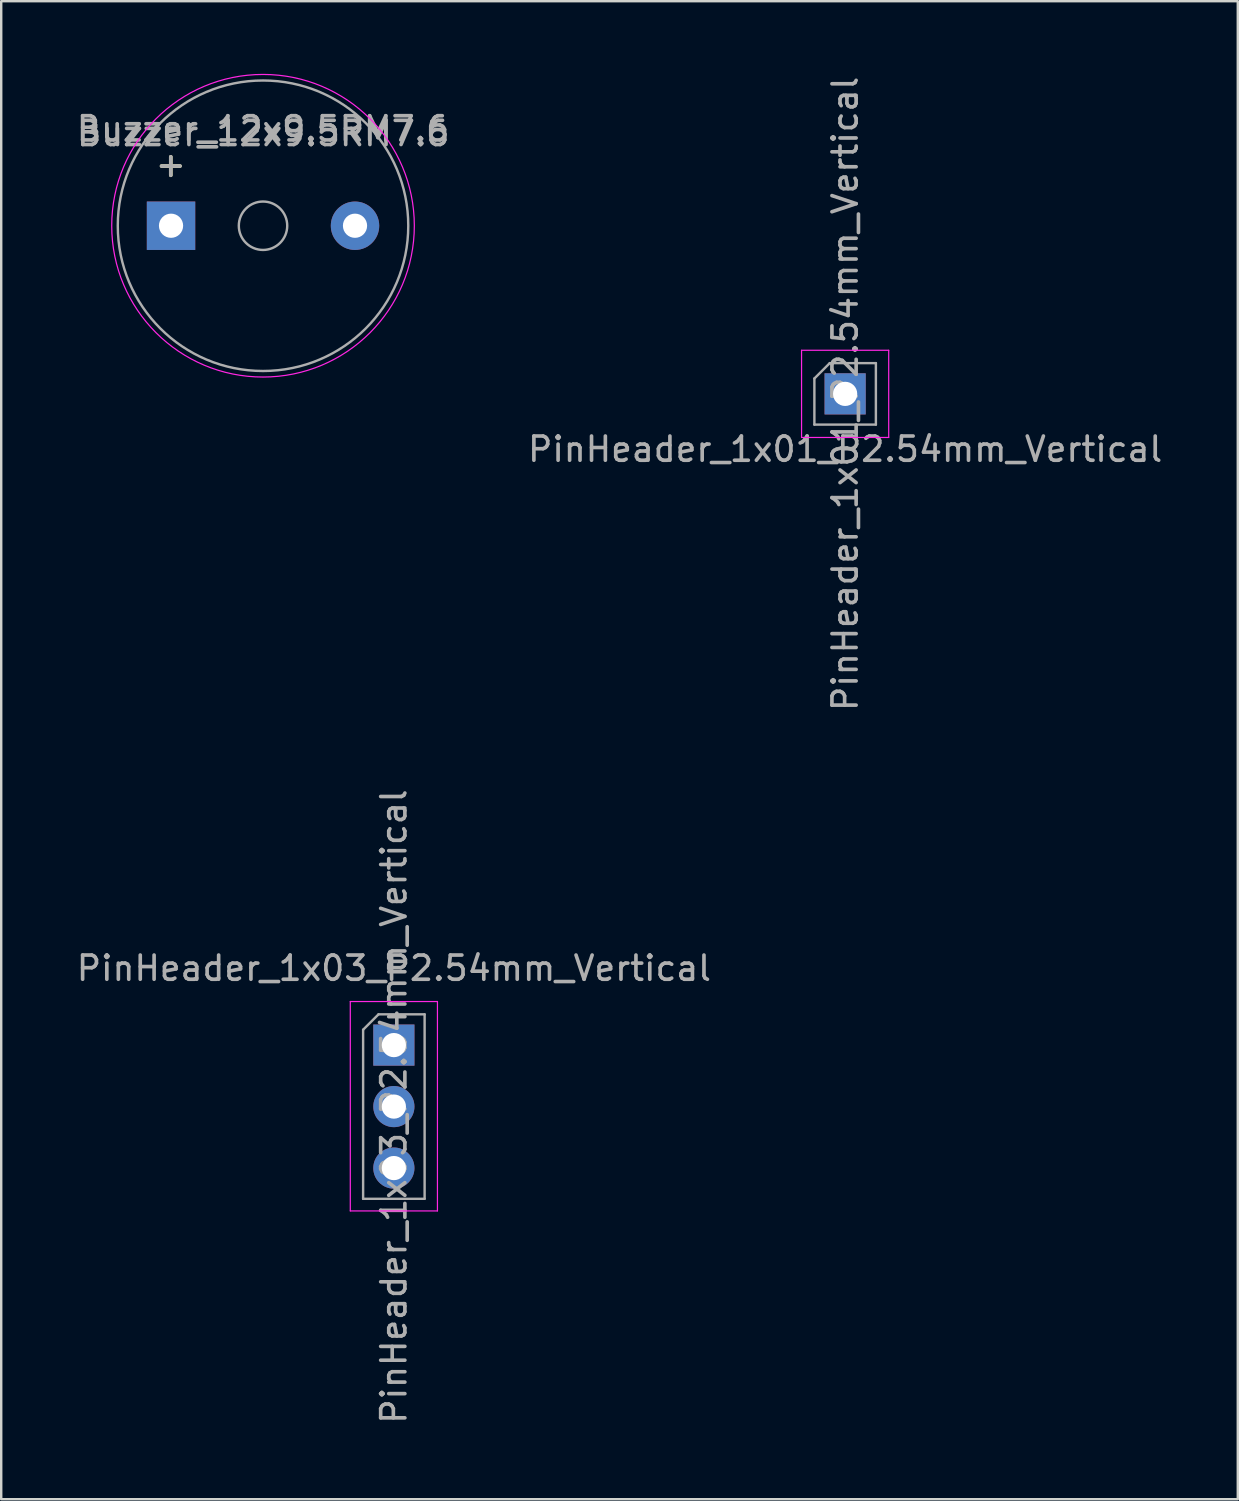
<source format=kicad_pcb>
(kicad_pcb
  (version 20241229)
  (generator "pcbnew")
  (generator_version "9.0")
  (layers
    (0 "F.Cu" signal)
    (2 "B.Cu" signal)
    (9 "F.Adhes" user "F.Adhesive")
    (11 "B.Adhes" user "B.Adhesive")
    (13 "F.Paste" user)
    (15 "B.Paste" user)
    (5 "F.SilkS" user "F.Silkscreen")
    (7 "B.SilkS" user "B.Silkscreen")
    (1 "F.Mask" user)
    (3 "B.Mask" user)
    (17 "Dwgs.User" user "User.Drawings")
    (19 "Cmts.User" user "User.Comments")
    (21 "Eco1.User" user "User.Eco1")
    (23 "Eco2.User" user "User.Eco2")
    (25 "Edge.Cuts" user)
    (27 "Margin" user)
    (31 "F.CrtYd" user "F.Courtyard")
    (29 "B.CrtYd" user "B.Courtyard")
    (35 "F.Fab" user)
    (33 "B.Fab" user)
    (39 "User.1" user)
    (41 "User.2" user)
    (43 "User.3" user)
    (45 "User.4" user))
  (footprint "PinHeader_1x01_P2.54mm_Vertical"
    (layer "F.Cu")
    (at 31.861 13.22)
    (property "Reference" "PinHeader_1x01_P2.54mm_Vertical" (at 0 2.286 0) (layer "F.Fab") (effects (font (size 1 1) (thickness 0.15))))
    (attr through_hole)
    (fp_line (start -1.8 -1.8) (end -1.8 1.8) (stroke (width 0.05) (type solid)) (layer "F.CrtYd"))
    (fp_line (start -1.8 1.8) (end 1.8 1.8) (stroke (width 0.05) (type solid)) (layer "F.CrtYd"))
    (fp_line (start 1.8 -1.8) (end -1.8 -1.8) (stroke (width 0.05) (type solid)) (layer "F.CrtYd"))
    (fp_line (start 1.8 1.8) (end 1.8 -1.8) (stroke (width 0.05) (type solid)) (layer "F.CrtYd"))
    (fp_line (start -1.27 -0.635) (end -0.635 -1.27) (stroke (width 0.1) (type solid)) (layer "F.Fab"))
    (fp_line (start -1.27 1.27) (end -1.27 -0.635) (stroke (width 0.1) (type solid)) (layer "F.Fab"))
    (fp_line (start -0.635 -1.27) (end 1.27 -1.27) (stroke (width 0.1) (type solid)) (layer "F.Fab"))
    (fp_line (start 1.27 -1.27) (end 1.27 1.27) (stroke (width 0.1) (type solid)) (layer "F.Fab"))
    (fp_line (start 1.27 1.27) (end -1.27 1.27) (stroke (width 0.1) (type solid)) (layer "F.Fab"))
    (fp_text user "${REFERENCE}" (at 0 0 90) (layer "F.Fab") (effects (font (size 1 1) (thickness 0.15))))
    (pad "1" thru_hole rect (at 0 0) (size 1.7 1.7) (drill 1) (layers "*.Cu" "*.Mask")))
  (footprint "PinHeader_1x03_P2.54mm_Vertical"
    (layer "F.Cu")
    (at 13.22 40.121)
    (property "Reference" "PinHeader_1x03_P2.54mm_Vertical" (at 0 -3.175 0) (layer "F.Fab") (effects (font (size 1 1) (thickness 0.15))))
    (attr through_hole)
    (fp_line (start -1.8 -1.8) (end -1.8 6.85) (stroke (width 0.05) (type solid)) (layer "F.CrtYd"))
    (fp_line (start -1.8 6.85) (end 1.8 6.85) (stroke (width 0.05) (type solid)) (layer "F.CrtYd"))
    (fp_line (start 1.8 -1.8) (end -1.8 -1.8) (stroke (width 0.05) (type solid)) (layer "F.CrtYd"))
    (fp_line (start 1.8 6.85) (end 1.8 -1.8) (stroke (width 0.05) (type solid)) (layer "F.CrtYd"))
    (fp_line (start -1.27 -0.635) (end -0.635 -1.27) (stroke (width 0.1) (type solid)) (layer "F.Fab"))
    (fp_line (start -1.27 6.35) (end -1.27 -0.635) (stroke (width 0.1) (type solid)) (layer "F.Fab"))
    (fp_line (start -0.635 -1.27) (end 1.27 -1.27) (stroke (width 0.1) (type solid)) (layer "F.Fab"))
    (fp_line (start 1.27 -1.27) (end 1.27 6.35) (stroke (width 0.1) (type solid)) (layer "F.Fab"))
    (fp_line (start 1.27 6.35) (end -1.27 6.35) (stroke (width 0.1) (type solid)) (layer "F.Fab"))
    (fp_text user "${REFERENCE}" (at 0 2.54 90) (layer "F.Fab") (effects (font (size 1 1) (thickness 0.15))))
    (pad "1" thru_hole rect (at 0 0) (size 1.7 1.7) (drill 1) (layers "*.Cu" "*.Mask"))
    (pad "2" thru_hole oval (at 0 2.54) (size 1.7 1.7) (drill 1) (layers "*.Cu" "*.Mask"))
    (pad "3" thru_hole oval (at 0 5.08) (size 1.7 1.7) (drill 1) (layers "*.Cu" "*.Mask")))
  (footprint "Buzzer_12x9.5RM7.6"
    (layer "F.Cu")
    (at 4.015 6.275)
    (property "Reference" "Buzzer_12x9.5RM7.6" (at 3.81 -3.81 0) (layer "F.Fab") (effects (font (size 1 1) (thickness 0.15))))
    (attr through_hole)
    (fp_circle (center 3.8 0) (end 10.05 0) (stroke (width 0.05) (type solid)) (fill no) (layer "F.CrtYd"))
    (fp_circle (center 3.8 0) (end 4.8 0) (stroke (width 0.1) (type solid)) (fill no) (layer "F.Fab"))
    (fp_circle (center 3.8 0) (end 9.8 0) (stroke (width 0.1) (type solid)) (fill no) (layer "F.Fab"))
    (fp_text user "+" (at -0.01 -2.54 0) (layer "F.SilkS") (effects (font (size 1 1) (thickness 0.15))))
    (fp_text user "+" (at -0.01 -2.54 0) (layer "F.Fab") (effects (font (size 1 1) (thickness 0.15))))
    (fp_text user "${REFERENCE}" (at 3.8 -4 0) (layer "F.Fab") (effects (font (size 1 1) (thickness 0.15))))
    (pad "1" thru_hole rect (at 0 0) (size 2 2) (drill 1) (layers "*.Cu" "*.Mask"))
    (pad "2" thru_hole circle (at 7.6 0) (size 2 2) (drill 1) (layers "*.Cu" "*.Mask")))
  (gr_rect
    (start -3 -3)
    (end 48.081 58.881)
    (stroke (width 0.1) (type default))
    (fill no)
    (layer "Edge.Cuts")))
</source>
